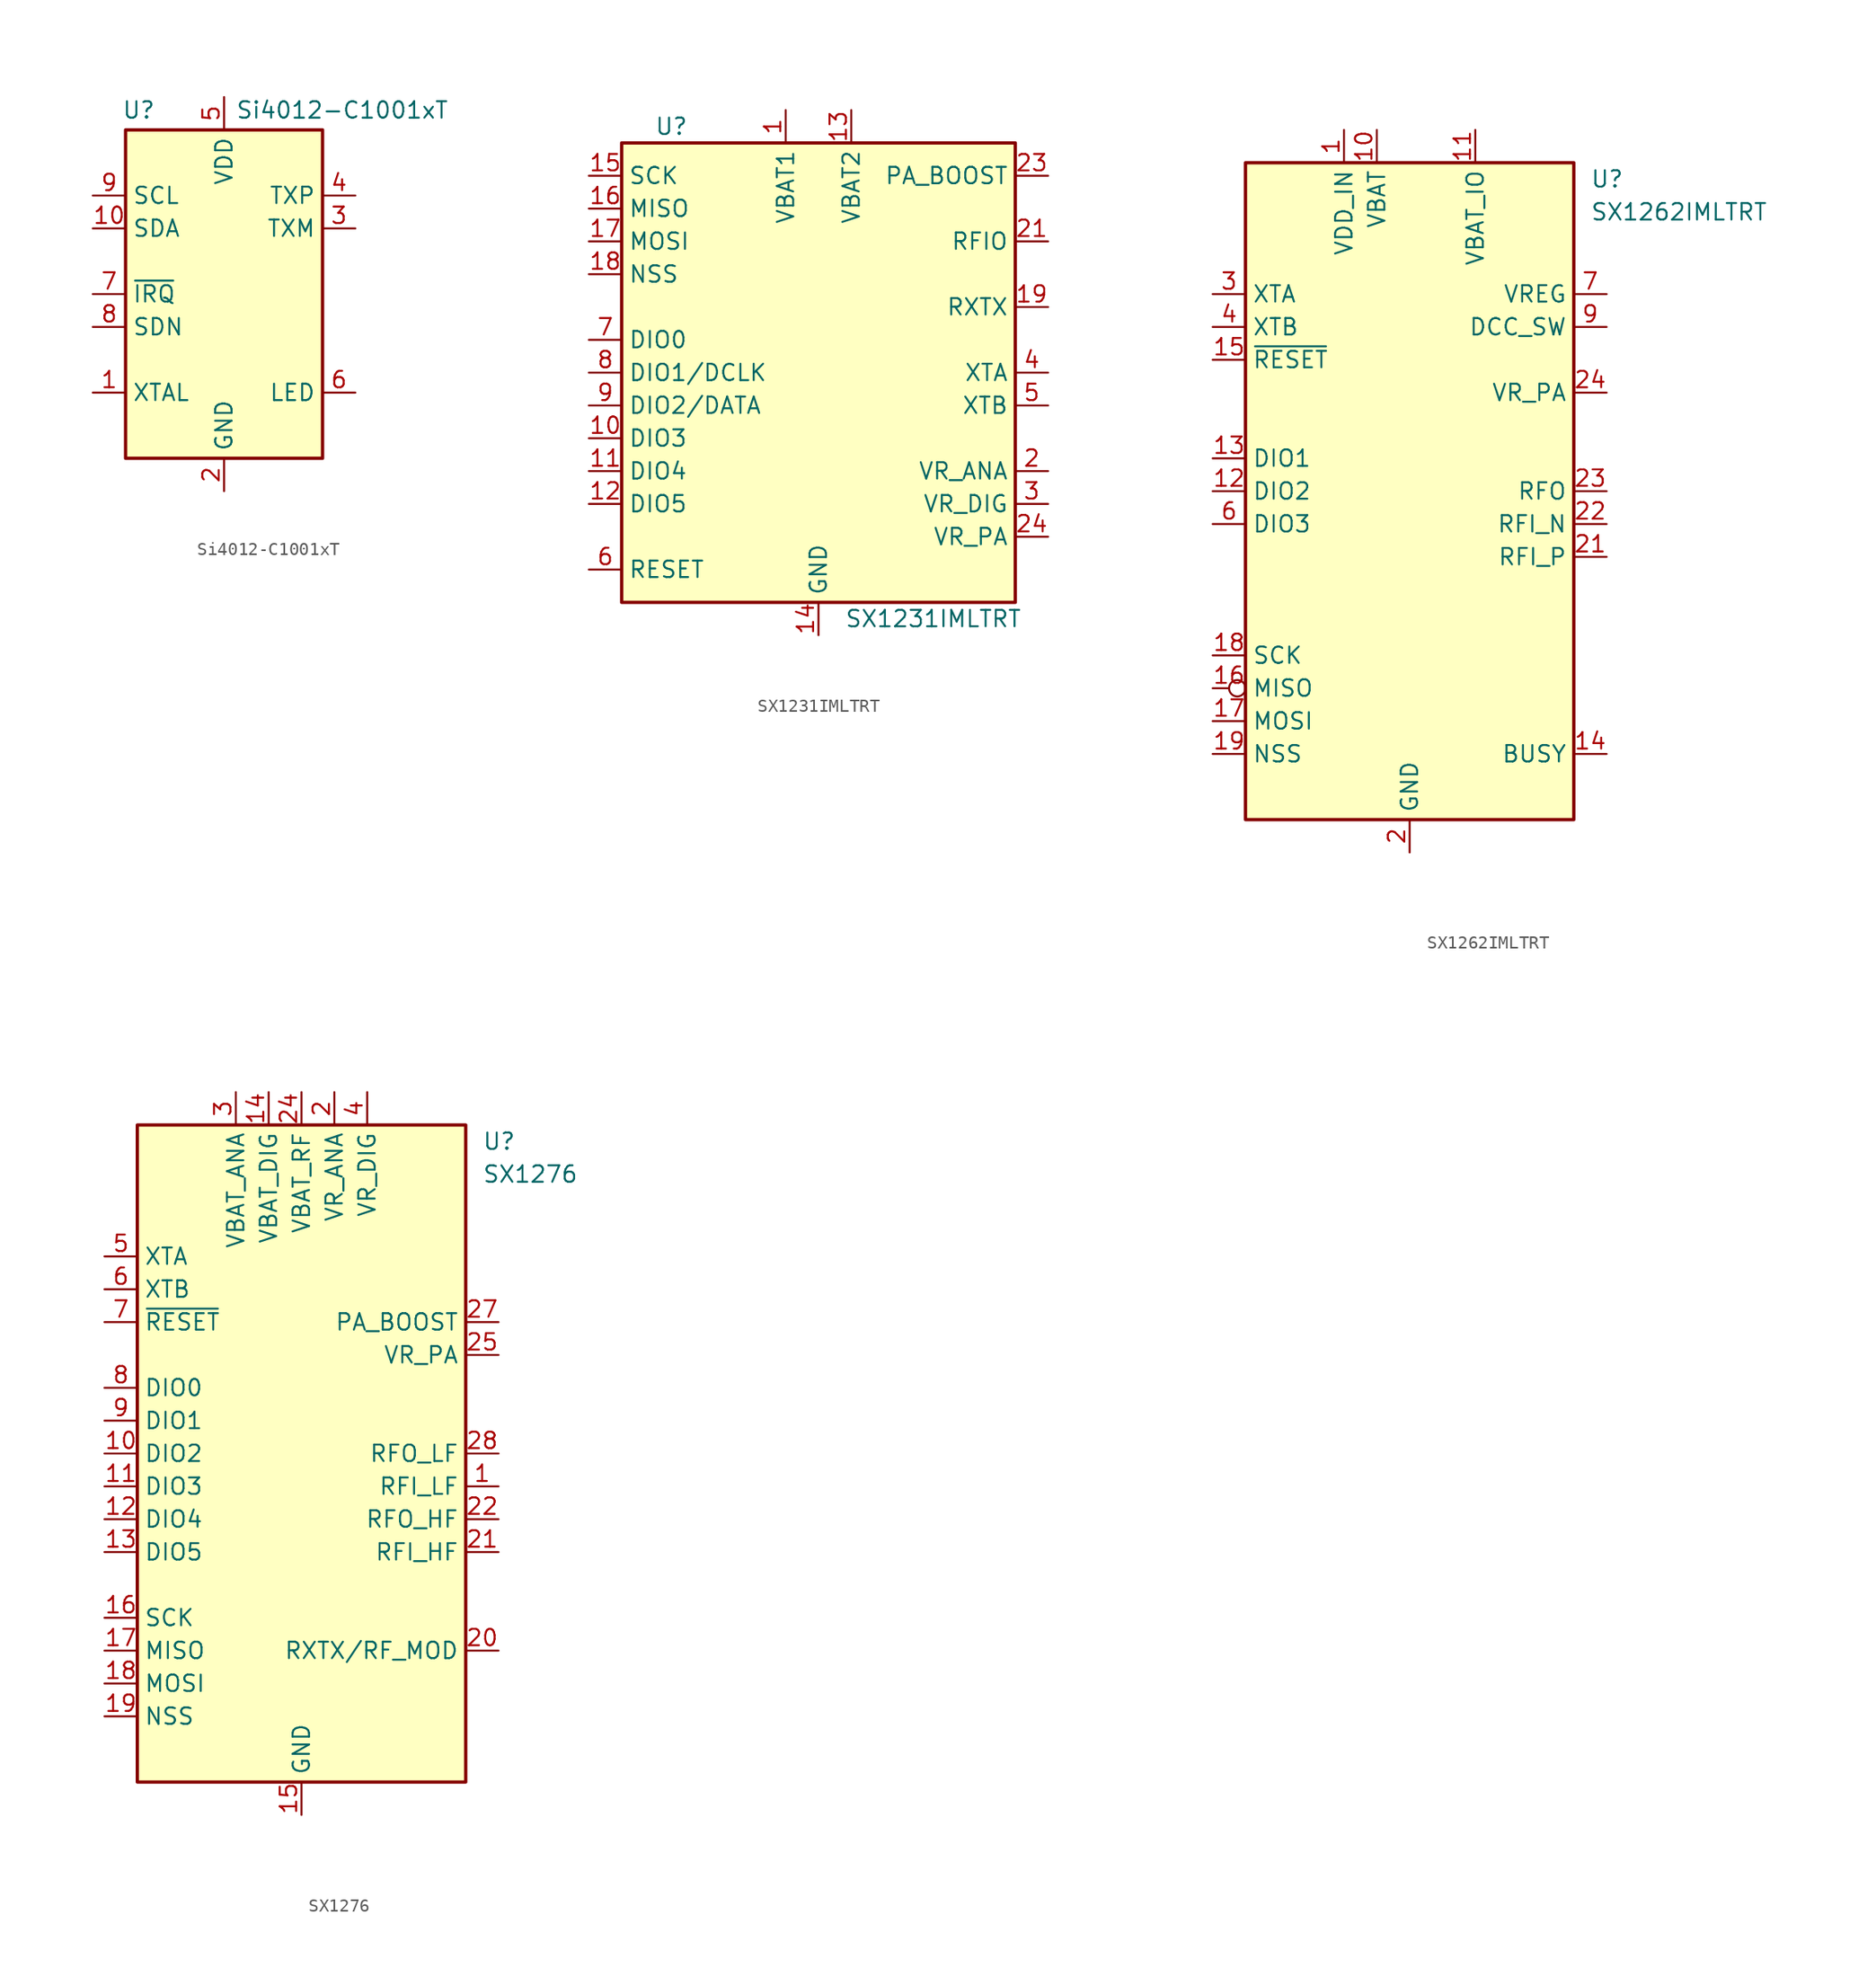
<source format=kicad_sym>
(kicad_symbol_lib
  (version 20241209)
  (generator "kicad_symbol_editor")
  (generator_version "9.0")
  (symbol "Si4012-C1001xT"
    (property "Reference" "U"
      (at -6.604 14.224 0)
      (effects (font (size 1.27 1.27))))
    (property "Value" "Si4012-C1001xT"
      (at 9.144 14.224 0)
      (effects (font (size 1.27 1.27))))
    (symbol "Si4012-C1001xT_1_1"
      (rectangle (start -7.62 12.7) (end 7.62 -12.7) (stroke (width 0.254) (type solid)) (fill (type background)))
      (pin input line (at -10.16 7.62 0) (length 2.54) (name "SCL" (effects (font (size 1.27 1.27)))) (number "9" (effects (font (size 1.27 1.27)))))
      (pin bidirectional line (at -10.16 5.08 0) (length 2.54) (name "SDA" (effects (font (size 1.27 1.27)))) (number "10" (effects (font (size 1.27 1.27)))))
      (pin open_collector line (at -10.16 0 0) (length 2.54) (name "~{IRQ}" (effects (font (size 1.27 1.27)))) (number "7" (effects (font (size 1.27 1.27)))))
      (pin input line (at -10.16 -2.54 0) (length 2.54) (name "SDN" (effects (font (size 1.27 1.27)))) (number "8" (effects (font (size 1.27 1.27)))))
      (pin input line (at -10.16 -7.62 0) (length 2.54) (name "XTAL" (effects (font (size 1.27 1.27)))) (number "1" (effects (font (size 1.27 1.27)))))
      (pin power_in line (at 0 15.24 270) (length 2.54) (name "VDD" (effects (font (size 1.27 1.27)))) (number "5" (effects (font (size 1.27 1.27)))))
      (pin power_in line (at 0 -15.24 90) (length 2.54) (name "GND" (effects (font (size 1.27 1.27)))) (number "2" (effects (font (size 1.27 1.27)))))
      (pin output line (at 10.16 7.62 180) (length 2.54) (name "TXP" (effects (font (size 1.27 1.27)))) (number "4" (effects (font (size 1.27 1.27)))))
      (pin output line (at 10.16 5.08 180) (length 2.54) (name "TXM" (effects (font (size 1.27 1.27)))) (number "3" (effects (font (size 1.27 1.27)))))
      (pin output line (at 10.16 -7.62 180) (length 2.54) (name "LED" (effects (font (size 1.27 1.27)))) (number "6" (effects (font (size 1.27 1.27)))))))
  (symbol "SX1231IMLTRT"
    (property "Reference" "U"
      (at -12.7 19.05 0)
      (effects (font (size 1.27 1.27)) (justify left)))
    (property "Value" "SX1231IMLTRT"
      (at 8.89 -19.05 0)
      (effects (font (size 1.27 1.27))))
    (symbol "SX1231IMLTRT_0_1"
      (rectangle (start -15.24 17.78) (end 15.24 -17.78) (stroke (width 0.254) (type default)) (fill (type background))))
    (symbol "SX1231IMLTRT_1_1"
      (pin input line (at -17.78 15.24 0) (length 2.54) (name "SCK" (effects (font (size 1.27 1.27)))) (number "15" (effects (font (size 1.27 1.27)))))
      (pin output line (at -17.78 12.7 0) (length 2.54) (name "MISO" (effects (font (size 1.27 1.27)))) (number "16" (effects (font (size 1.27 1.27)))))
      (pin input line (at -17.78 10.16 0) (length 2.54) (name "MOSI" (effects (font (size 1.27 1.27)))) (number "17" (effects (font (size 1.27 1.27)))))
      (pin input line (at -17.78 7.62 0) (length 2.54) (name "NSS" (effects (font (size 1.27 1.27)))) (number "18" (effects (font (size 1.27 1.27)))))
      (pin bidirectional line (at -17.78 2.54 0) (length 2.54) (name "DIO0" (effects (font (size 1.27 1.27)))) (number "7" (effects (font (size 1.27 1.27)))))
      (pin bidirectional line (at -17.78 0 0) (length 2.54) (name "DIO1/DCLK" (effects (font (size 1.27 1.27)))) (number "8" (effects (font (size 1.27 1.27)))))
      (pin bidirectional line (at -17.78 -2.54 0) (length 2.54) (name "DIO2/DATA" (effects (font (size 1.27 1.27)))) (number "9" (effects (font (size 1.27 1.27)))))
      (pin bidirectional line (at -17.78 -5.08 0) (length 2.54) (name "DIO3" (effects (font (size 1.27 1.27)))) (number "10" (effects (font (size 1.27 1.27)))))
      (pin bidirectional line (at -17.78 -7.62 0) (length 2.54) (name "DIO4" (effects (font (size 1.27 1.27)))) (number "11" (effects (font (size 1.27 1.27)))))
      (pin bidirectional line (at -17.78 -10.16 0) (length 2.54) (name "DIO5" (effects (font (size 1.27 1.27)))) (number "12" (effects (font (size 1.27 1.27)))))
      (pin input line (at -17.78 -15.24 0) (length 2.54) (name "RESET" (effects (font (size 1.27 1.27)))) (number "6" (effects (font (size 1.27 1.27)))))
      (pin power_in line (at -2.54 20.32 270) (length 2.54) (name "VBAT1" (effects (font (size 1.27 1.27)))) (number "1" (effects (font (size 1.27 1.27)))))
      (pin power_in line (at 0 -20.32 90) (length 2.54) (name "GND" (effects (font (size 1.27 1.27)))) (number "14" (effects (font (size 1.27 1.27)))))
      (pin passive line (at 0 -20.32 90) (length 2.54) (hide yes) (name "GND" (effects (font (size 1.27 1.27)))) (number "20" (effects (font (size 1.27 1.27)))))
      (pin passive line (at 0 -20.32 90) (length 2.54) (hide yes) (name "GND" (effects (font (size 1.27 1.27)))) (number "22" (effects (font (size 1.27 1.27)))))
      (pin passive line (at 0 -20.32 90) (length 2.54) (hide yes) (name "GND" (effects (font (size 1.27 1.27)))) (number "25" (effects (font (size 1.27 1.27)))))
      (pin power_in line (at 2.54 20.32 270) (length 2.54) (name "VBAT2" (effects (font (size 1.27 1.27)))) (number "13" (effects (font (size 1.27 1.27)))))
      (pin output line (at 17.78 15.24 180) (length 2.54) (name "PA_BOOST" (effects (font (size 1.27 1.27)))) (number "23" (effects (font (size 1.27 1.27)))))
      (pin bidirectional line (at 17.78 10.16 180) (length 2.54) (name "RFIO" (effects (font (size 1.27 1.27)))) (number "21" (effects (font (size 1.27 1.27)))))
      (pin output line (at 17.78 5.08 180) (length 2.54) (name "RXTX" (effects (font (size 1.27 1.27)))) (number "19" (effects (font (size 1.27 1.27)))))
      (pin input line (at 17.78 0 180) (length 2.54) (name "XTA" (effects (font (size 1.27 1.27)))) (number "4" (effects (font (size 1.27 1.27)))))
      (pin input line (at 17.78 -2.54 180) (length 2.54) (name "XTB" (effects (font (size 1.27 1.27)))) (number "5" (effects (font (size 1.27 1.27)))))
      (pin power_out line (at 17.78 -7.62 180) (length 2.54) (name "VR_ANA" (effects (font (size 1.27 1.27)))) (number "2" (effects (font (size 1.27 1.27)))))
      (pin power_out line (at 17.78 -10.16 180) (length 2.54) (name "VR_DIG" (effects (font (size 1.27 1.27)))) (number "3" (effects (font (size 1.27 1.27)))))
      (pin power_out line (at 17.78 -12.7 180) (length 2.54) (name "VR_PA" (effects (font (size 1.27 1.27)))) (number "24" (effects (font (size 1.27 1.27)))))))
  (symbol "SX1262IMLTRT"
    (property "Reference" "U"
      (at 13.97 24.13 0)
      (effects (font (size 1.27 1.27)) (justify left)))
    (property "Value" "SX1262IMLTRT"
      (at 13.97 21.59 0)
      (effects (font (size 1.27 1.27)) (justify left)))
    (symbol "SX1262IMLTRT_0_1"
      (rectangle (start -12.7 25.4) (end 12.7 -25.4) (stroke (width 0.254) (type default)) (fill (type background))))
    (symbol "SX1262IMLTRT_1_1"
      (pin bidirectional line (at -15.24 15.24 0) (length 2.54) (name "XTA" (effects (font (size 1.27 1.27)))) (number "3" (effects (font (size 1.27 1.27)))))
      (pin bidirectional line (at -15.24 12.7 0) (length 2.54) (name "XTB" (effects (font (size 1.27 1.27)))) (number "4" (effects (font (size 1.27 1.27)))))
      (pin input line (at -15.24 10.16 0) (length 2.54) (name "~{RESET}" (effects (font (size 1.27 1.27)))) (number "15" (effects (font (size 1.27 1.27)))))
      (pin bidirectional line (at -15.24 2.54 0) (length 2.54) (name "DIO1" (effects (font (size 1.27 1.27)))) (number "13" (effects (font (size 1.27 1.27)))))
      (pin bidirectional line (at -15.24 0 0) (length 2.54) (name "DIO2" (effects (font (size 1.27 1.27)))) (number "12" (effects (font (size 1.27 1.27)))))
      (pin bidirectional line (at -15.24 -2.54 0) (length 2.54) (name "DIO3" (effects (font (size 1.27 1.27)))) (number "6" (effects (font (size 1.27 1.27)))))
      (pin input line (at -15.24 -12.7 0) (length 2.54) (name "SCK" (effects (font (size 1.27 1.27)))) (number "18" (effects (font (size 1.27 1.27)))))
      (pin tri_state inverted (at -15.24 -15.24 0) (length 2.54) (name "MISO" (effects (font (size 1.27 1.27)))) (number "16" (effects (font (size 1.27 1.27)))))
      (pin input line (at -15.24 -17.78 0) (length 2.54) (name "MOSI" (effects (font (size 1.27 1.27)))) (number "17" (effects (font (size 1.27 1.27)))))
      (pin input line (at -15.24 -20.32 0) (length 2.54) (name "NSS" (effects (font (size 1.27 1.27)))) (number "19" (effects (font (size 1.27 1.27)))))
      (pin power_in line (at -5.08 27.94 270) (length 2.54) (name "VDD_IN" (effects (font (size 1.27 1.27)))) (number "1" (effects (font (size 1.27 1.27)))))
      (pin power_in line (at -2.54 27.94 270) (length 2.54) (name "VBAT" (effects (font (size 1.27 1.27)))) (number "10" (effects (font (size 1.27 1.27)))))
      (pin power_in line (at 0 -27.94 90) (length 2.54) (name "GND" (effects (font (size 1.27 1.27)))) (number "2" (effects (font (size 1.27 1.27)))))
      (pin passive line (at 0 -27.94 90) (length 2.54) (hide yes) (name "GND" (effects (font (size 1.27 1.27)))) (number "20" (effects (font (size 1.27 1.27)))))
      (pin passive line (at 0 -27.94 90) (length 2.54) (hide yes) (name "GND" (effects (font (size 1.27 1.27)))) (number "25" (effects (font (size 1.27 1.27)))))
      (pin passive line (at 0 -27.94 90) (length 2.54) (hide yes) (name "GND" (effects (font (size 1.27 1.27)))) (number "5" (effects (font (size 1.27 1.27)))))
      (pin passive line (at 0 -27.94 90) (length 2.54) (hide yes) (name "GND" (effects (font (size 1.27 1.27)))) (number "8" (effects (font (size 1.27 1.27)))))
      (pin power_in line (at 5.08 27.94 270) (length 2.54) (name "VBAT_IO" (effects (font (size 1.27 1.27)))) (number "11" (effects (font (size 1.27 1.27)))))
      (pin power_out line (at 15.24 15.24 180) (length 2.54) (name "VREG" (effects (font (size 1.27 1.27)))) (number "7" (effects (font (size 1.27 1.27)))))
      (pin power_out line (at 15.24 12.7 180) (length 2.54) (name "DCC_SW" (effects (font (size 1.27 1.27)))) (number "9" (effects (font (size 1.27 1.27)))))
      (pin power_out line (at 15.24 7.62 180) (length 2.54) (name "VR_PA" (effects (font (size 1.27 1.27)))) (number "24" (effects (font (size 1.27 1.27)))))
      (pin output line (at 15.24 0 180) (length 2.54) (name "RFO" (effects (font (size 1.27 1.27)))) (number "23" (effects (font (size 1.27 1.27)))))
      (pin input line (at 15.24 -2.54 180) (length 2.54) (name "RFI_N" (effects (font (size 1.27 1.27)))) (number "22" (effects (font (size 1.27 1.27)))))
      (pin input line (at 15.24 -5.08 180) (length 2.54) (name "RFI_P" (effects (font (size 1.27 1.27)))) (number "21" (effects (font (size 1.27 1.27)))))
      (pin output line (at 15.24 -20.32 180) (length 2.54) (name "BUSY" (effects (font (size 1.27 1.27)))) (number "14" (effects (font (size 1.27 1.27)))))))
  (symbol "SX1276"
    (property "Reference" "U"
      (at 13.97 24.13 0)
      (effects (font (size 1.27 1.27)) (justify left)))
    (property "Value" "SX1276"
      (at 13.97 21.59 0)
      (effects (font (size 1.27 1.27)) (justify left)))
    (symbol "SX1276_0_1"
      (rectangle (start -12.7 25.4) (end 12.7 -25.4) (stroke (width 0.254) (type default)) (fill (type background))))
    (symbol "SX1276_1_1"
      (pin bidirectional line (at -15.24 15.24 0) (length 2.54) (name "XTA" (effects (font (size 1.27 1.27)))) (number "5" (effects (font (size 1.27 1.27)))))
      (pin bidirectional line (at -15.24 12.7 0) (length 2.54) (name "XTB" (effects (font (size 1.27 1.27)))) (number "6" (effects (font (size 1.27 1.27)))))
      (pin input line (at -15.24 10.16 0) (length 2.54) (name "~{RESET}" (effects (font (size 1.27 1.27)))) (number "7" (effects (font (size 1.27 1.27)))))
      (pin bidirectional line (at -15.24 5.08 0) (length 2.54) (name "DIO0" (effects (font (size 1.27 1.27)))) (number "8" (effects (font (size 1.27 1.27)))))
      (pin bidirectional line (at -15.24 2.54 0) (length 2.54) (name "DIO1" (effects (font (size 1.27 1.27)))) (number "9" (effects (font (size 1.27 1.27)))))
      (pin bidirectional line (at -15.24 0 0) (length 2.54) (name "DIO2" (effects (font (size 1.27 1.27)))) (number "10" (effects (font (size 1.27 1.27)))))
      (pin bidirectional line (at -15.24 -2.54 0) (length 2.54) (name "DIO3" (effects (font (size 1.27 1.27)))) (number "11" (effects (font (size 1.27 1.27)))))
      (pin bidirectional line (at -15.24 -5.08 0) (length 2.54) (name "DIO4" (effects (font (size 1.27 1.27)))) (number "12" (effects (font (size 1.27 1.27)))))
      (pin bidirectional line (at -15.24 -7.62 0) (length 2.54) (name "DIO5" (effects (font (size 1.27 1.27)))) (number "13" (effects (font (size 1.27 1.27)))))
      (pin input line (at -15.24 -12.7 0) (length 2.54) (name "SCK" (effects (font (size 1.27 1.27)))) (number "16" (effects (font (size 1.27 1.27)))))
      (pin output line (at -15.24 -15.24 0) (length 2.54) (name "MISO" (effects (font (size 1.27 1.27)))) (number "17" (effects (font (size 1.27 1.27)))))
      (pin input line (at -15.24 -17.78 0) (length 2.54) (name "MOSI" (effects (font (size 1.27 1.27)))) (number "18" (effects (font (size 1.27 1.27)))))
      (pin input line (at -15.24 -20.32 0) (length 2.54) (name "NSS" (effects (font (size 1.27 1.27)))) (number "19" (effects (font (size 1.27 1.27)))))
      (pin power_in line (at -5.08 27.94 270) (length 2.54) (name "VBAT_ANA" (effects (font (size 1.27 1.27)))) (number "3" (effects (font (size 1.27 1.27)))))
      (pin power_in line (at -2.54 27.94 270) (length 2.54) (name "VBAT_DIG" (effects (font (size 1.27 1.27)))) (number "14" (effects (font (size 1.27 1.27)))))
      (pin power_in line (at 0 27.94 270) (length 2.54) (name "VBAT_RF" (effects (font (size 1.27 1.27)))) (number "24" (effects (font (size 1.27 1.27)))))
      (pin power_in line (at 0 -27.94 90) (length 2.54) (name "GND" (effects (font (size 1.27 1.27)))) (number "15" (effects (font (size 1.27 1.27)))))
      (pin passive line (at 0 -27.94 90) (length 2.54) (hide yes) (name "GND" (effects (font (size 1.27 1.27)))) (number "23" (effects (font (size 1.27 1.27)))))
      (pin passive line (at 0 -27.94 90) (length 2.54) (hide yes) (name "GND" (effects (font (size 1.27 1.27)))) (number "26" (effects (font (size 1.27 1.27)))))
      (pin passive line (at 0 -27.94 90) (length 2.54) (hide yes) (name "GND" (effects (font (size 1.27 1.27)))) (number "29" (effects (font (size 1.27 1.27)))))
      (pin power_in line (at 2.54 27.94 270) (length 2.54) (name "VR_ANA" (effects (font (size 1.27 1.27)))) (number "2" (effects (font (size 1.27 1.27)))))
      (pin power_in line (at 5.08 27.94 270) (length 2.54) (name "VR_DIG" (effects (font (size 1.27 1.27)))) (number "4" (effects (font (size 1.27 1.27)))))
      (pin power_out line (at 15.24 10.16 180) (length 2.54) (name "PA_BOOST" (effects (font (size 1.27 1.27)))) (number "27" (effects (font (size 1.27 1.27)))))
      (pin power_out line (at 15.24 7.62 180) (length 2.54) (name "VR_PA" (effects (font (size 1.27 1.27)))) (number "25" (effects (font (size 1.27 1.27)))))
      (pin output line (at 15.24 0 180) (length 2.54) (name "RFO_LF" (effects (font (size 1.27 1.27)))) (number "28" (effects (font (size 1.27 1.27)))))
      (pin input line (at 15.24 -2.54 180) (length 2.54) (name "RFI_LF" (effects (font (size 1.27 1.27)))) (number "1" (effects (font (size 1.27 1.27)))))
      (pin output line (at 15.24 -5.08 180) (length 2.54) (name "RFO_HF" (effects (font (size 1.27 1.27)))) (number "22" (effects (font (size 1.27 1.27)))))
      (pin input line (at 15.24 -7.62 180) (length 2.54) (name "RFI_HF" (effects (font (size 1.27 1.27)))) (number "21" (effects (font (size 1.27 1.27)))))
      (pin output line (at 15.24 -15.24 180) (length 2.54) (name "RXTX/RF_MOD" (effects (font (size 1.27 1.27)))) (number "20" (effects (font (size 1.27 1.27))))))))
</source>
